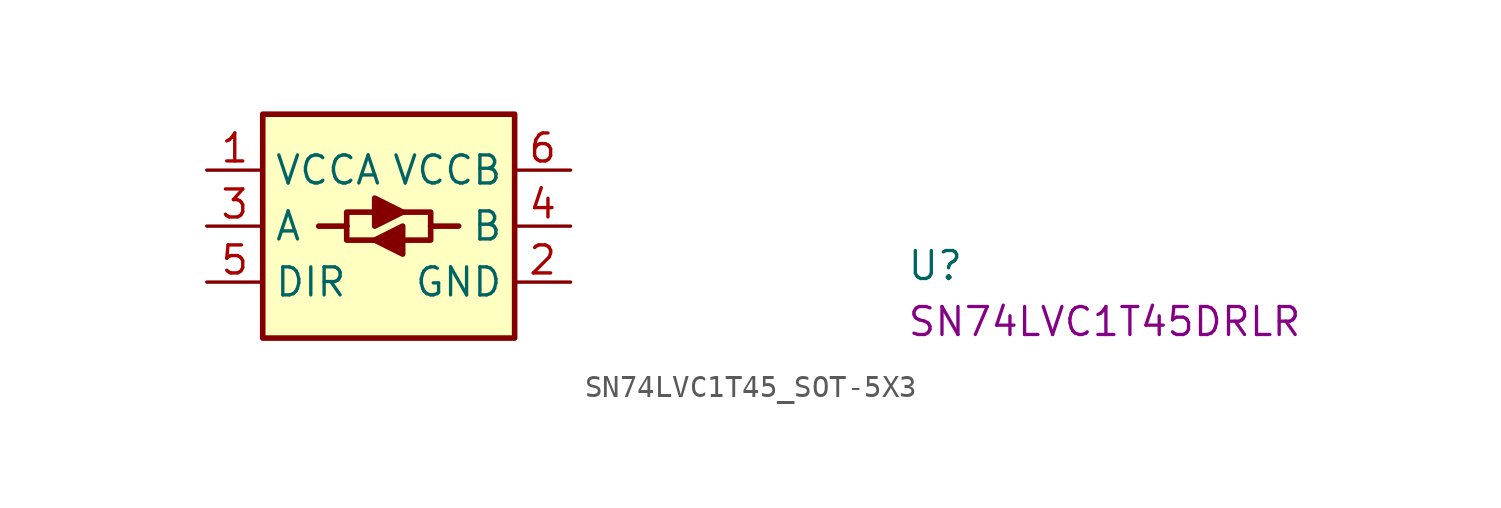
<source format=kicad_sym>
(kicad_symbol_lib
  (version 20220914)
  (generator kicad_symbol_editor)
  (symbol "SN74LVC1T45_SOT-5X3"
    (property "Reference" "U"
      (at 31.75 -5.08 0)
      (effects (font (size 1.27 1.27) (thickness 0.15)) (justify left bottom)))
    (property "MPN" "SN74LVC1T45DRLR"
      (at 31.75 -7.62 0)
      (effects (font (size 1.27 1.27) (thickness 0.15)) (justify left bottom)))
    (symbol "SN74LVC1T45_SOT-5X3_1_1"
      (polyline (pts (xy 5.08 -2.54) (xy 6.35 -2.54)) (stroke (width 0.254) (type default)) (fill (type background)))
      (polyline (pts (xy 11.43 -2.54) (xy 10.16 -2.54)) (stroke (width 0.254) (type default)) (fill (type background)))
      (polyline (pts (xy 6.35 -2.54) (xy 6.35 -3.175) (xy 7.747 -3.175)) (stroke (width 0.254) (type default)) (fill (type background)))
      (polyline (pts (xy 6.35 -2.54) (xy 6.35 -1.905) (xy 7.62 -1.905)) (stroke (width 0.254) (type default)) (fill (type background)))
      (polyline (pts (xy 10.16 -2.54) (xy 10.16 -3.175) (xy 8.89 -3.175)) (stroke (width 0.254) (type default)) (fill (type background)))
      (polyline (pts (xy 10.16 -2.54) (xy 10.16 -1.905) (xy 8.89 -1.905)) (stroke (width 0.254) (type default)) (fill (type background)))
      (polyline (pts (xy 7.62 -1.27) (xy 7.62 -2.54) (xy 8.89 -1.905) (xy 7.62 -1.27)) (stroke (width 0.254) (type default)) (fill (type outline)))
      (polyline (pts (xy 8.89 -2.54) (xy 8.89 -3.81) (xy 7.62 -3.175) (xy 8.89 -2.54)) (stroke (width 0.254) (type default)) (fill (type outline)))
      (rectangle (start 2.54 2.54) (end 13.97 -7.62) (stroke (width 0.254) (type default)) (fill (type background)))
      (pin power_in line (at 0 0 0) (length 2.54) (name "VCCA" (effects (font (size 1.27 1.27)))) (number "1" (effects (font (size 1.27 1.27)))))
      (pin power_in line (at 16.51 -5.08 180) (length 2.54) (name "GND" (effects (font (size 1.27 1.27)))) (number "2" (effects (font (size 1.27 1.27)))))
      (pin bidirectional line (at 0 -2.54 0) (length 2.54) (name "A" (effects (font (size 1.27 1.27)))) (number "3" (effects (font (size 1.27 1.27)))))
      (pin bidirectional line (at 16.51 -2.54 180) (length 2.54) (name "B" (effects (font (size 1.27 1.27)))) (number "4" (effects (font (size 1.27 1.27)))))
      (pin input line (at 0 -5.08 0) (length 2.54) (name "DIR" (effects (font (size 1.27 1.27)))) (number "5" (effects (font (size 1.27 1.27)))))
      (pin power_in line (at 16.51 0 180) (length 2.54) (name "VCCB" (effects (font (size 1.27 1.27)))) (number "6" (effects (font (size 1.27 1.27))))))))
</source>
